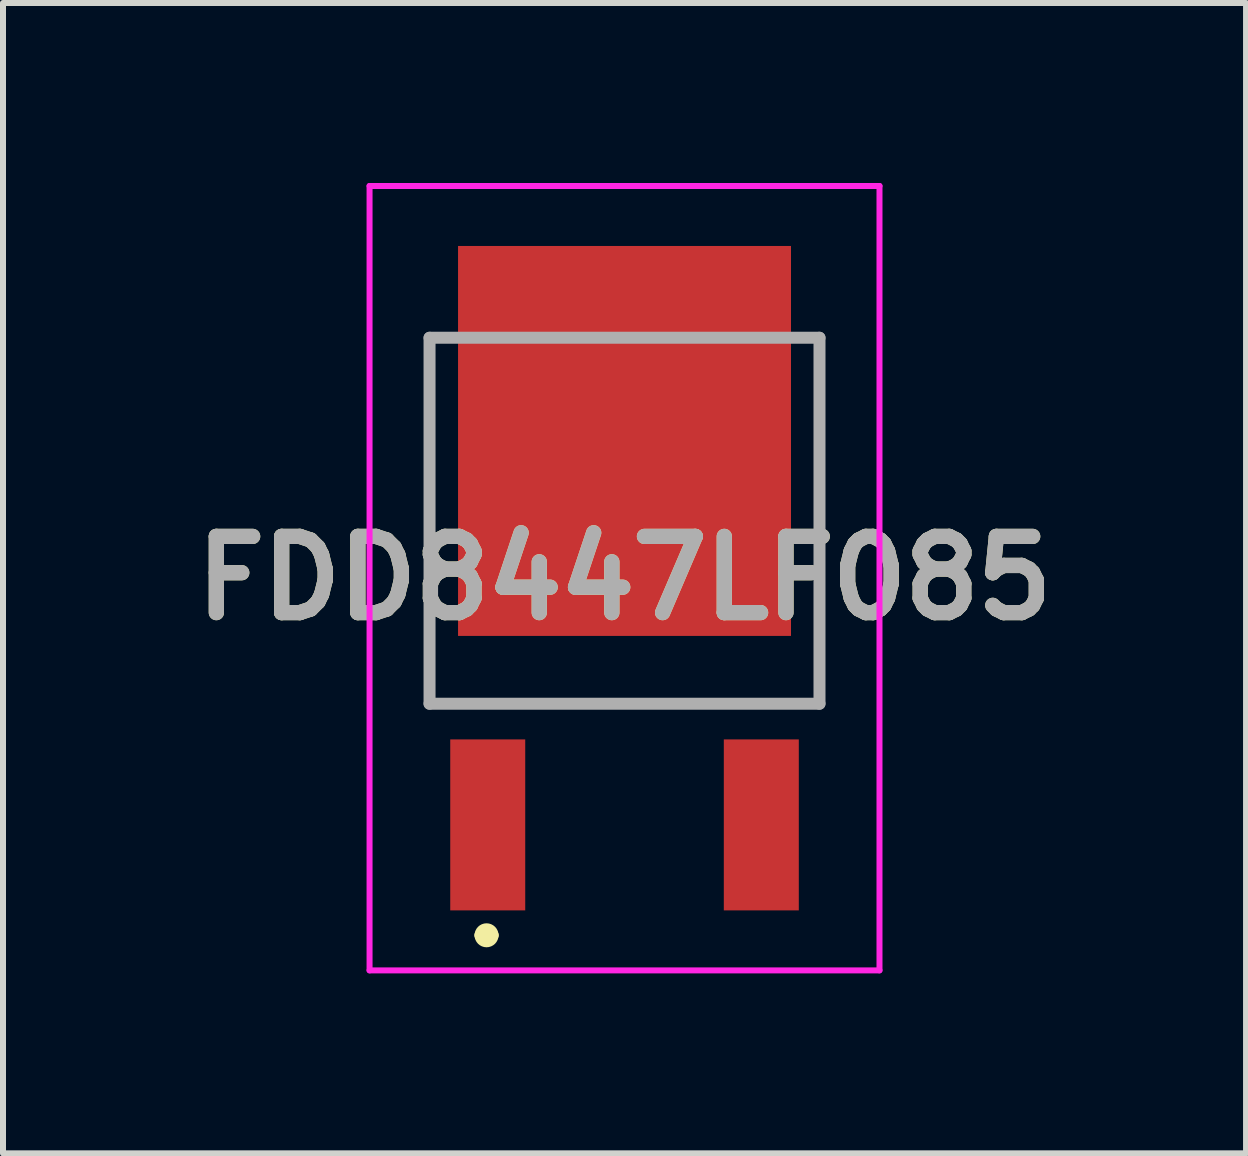
<source format=kicad_pcb>
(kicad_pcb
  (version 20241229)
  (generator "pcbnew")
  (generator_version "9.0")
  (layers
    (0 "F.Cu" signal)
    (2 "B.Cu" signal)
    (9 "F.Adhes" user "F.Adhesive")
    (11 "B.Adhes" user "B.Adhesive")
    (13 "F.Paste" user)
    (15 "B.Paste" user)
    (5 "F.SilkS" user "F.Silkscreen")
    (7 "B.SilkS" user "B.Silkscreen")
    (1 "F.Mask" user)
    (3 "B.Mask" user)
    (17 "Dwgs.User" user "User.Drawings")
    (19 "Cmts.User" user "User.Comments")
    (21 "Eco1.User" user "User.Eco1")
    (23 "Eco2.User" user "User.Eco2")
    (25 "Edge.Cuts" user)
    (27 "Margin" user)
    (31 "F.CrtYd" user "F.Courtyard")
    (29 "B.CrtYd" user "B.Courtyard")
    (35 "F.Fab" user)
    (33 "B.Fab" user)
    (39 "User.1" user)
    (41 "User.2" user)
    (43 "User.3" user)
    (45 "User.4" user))
  (footprint "FDD8447LF085"
    (layer "F.Cu")
    (at 7.36 6.64)
    (property "Reference" "FDD8447LF085" (at 0 -0.053 0) (layer "F.SilkS") (effects (font (size 1.27 1.27) (thickness 0.254))))
    (attr smd)
    (fp_line (start -3.25 -4.06) (end -3.25 2.04) (stroke (width 0.1) (type solid)) (layer "F.SilkS"))
    (fp_line (start -3.25 2.04) (end 3.25 2.04) (stroke (width 0.1) (type solid)) (layer "F.SilkS"))
    (fp_line (start -2.4 5.9) (end -2.4 5.9) (stroke (width 0.2) (type solid)) (layer "F.SilkS"))
    (fp_line (start -2.2 5.9) (end -2.2 5.9) (stroke (width 0.2) (type solid)) (layer "F.SilkS"))
    (fp_line (start 3.25 2.04) (end 3.25 -4.06) (stroke (width 0.1) (type solid)) (layer "F.SilkS"))
    (fp_arc (start -2.4 5.9) (mid -2.3 5.8) (end -2.2 5.9) (stroke (width 0.2) (type solid)) (layer "F.SilkS"))
    (fp_arc (start -2.2 5.9) (mid -2.3 6) (end -2.4 5.9) (stroke (width 0.2) (type solid)) (layer "F.SilkS"))
    (fp_line (start -4.25 -6.59) (end 4.25 -6.59) (stroke (width 0.1) (type solid)) (layer "F.CrtYd"))
    (fp_line (start -4.25 6.485) (end -4.25 -6.59) (stroke (width 0.1) (type solid)) (layer "F.CrtYd"))
    (fp_line (start 4.25 -6.59) (end 4.25 6.485) (stroke (width 0.1) (type solid)) (layer "F.CrtYd"))
    (fp_line (start 4.25 6.485) (end -4.25 6.485) (stroke (width 0.1) (type solid)) (layer "F.CrtYd"))
    (fp_line (start -3.25 -4.06) (end 3.25 -4.06) (stroke (width 0.2) (type solid)) (layer "F.Fab"))
    (fp_line (start -3.25 2.04) (end -3.25 -4.06) (stroke (width 0.2) (type solid)) (layer "F.Fab"))
    (fp_line (start 3.25 -4.06) (end 3.25 2.04) (stroke (width 0.2) (type solid)) (layer "F.Fab"))
    (fp_line (start 3.25 2.04) (end -3.25 2.04) (stroke (width 0.2) (type solid)) (layer "F.Fab"))
    (fp_text user "${REFERENCE}" (at 0 -0.053 0) (layer "F.Fab") (effects (font (size 1.27 1.27) (thickness 0.254))))
    (pad "1" smd rect (at -2.28 4.06) (size 1.25 2.85) (layers "F.Cu" "F.Mask" "F.Paste"))
    (pad "2" smd rect (at 0 -2.34) (size 5.55 6.5) (layers "F.Cu" "F.Mask" "F.Paste"))
    (pad "3" smd rect (at 2.28 4.06) (size 1.25 2.85) (layers "F.Cu" "F.Mask" "F.Paste")))
  (gr_rect
    (start -3 -3)
    (end 17.72 16.175)
    (stroke (width 0.1) (type default))
    (fill no)
    (layer "Edge.Cuts")))
</source>
